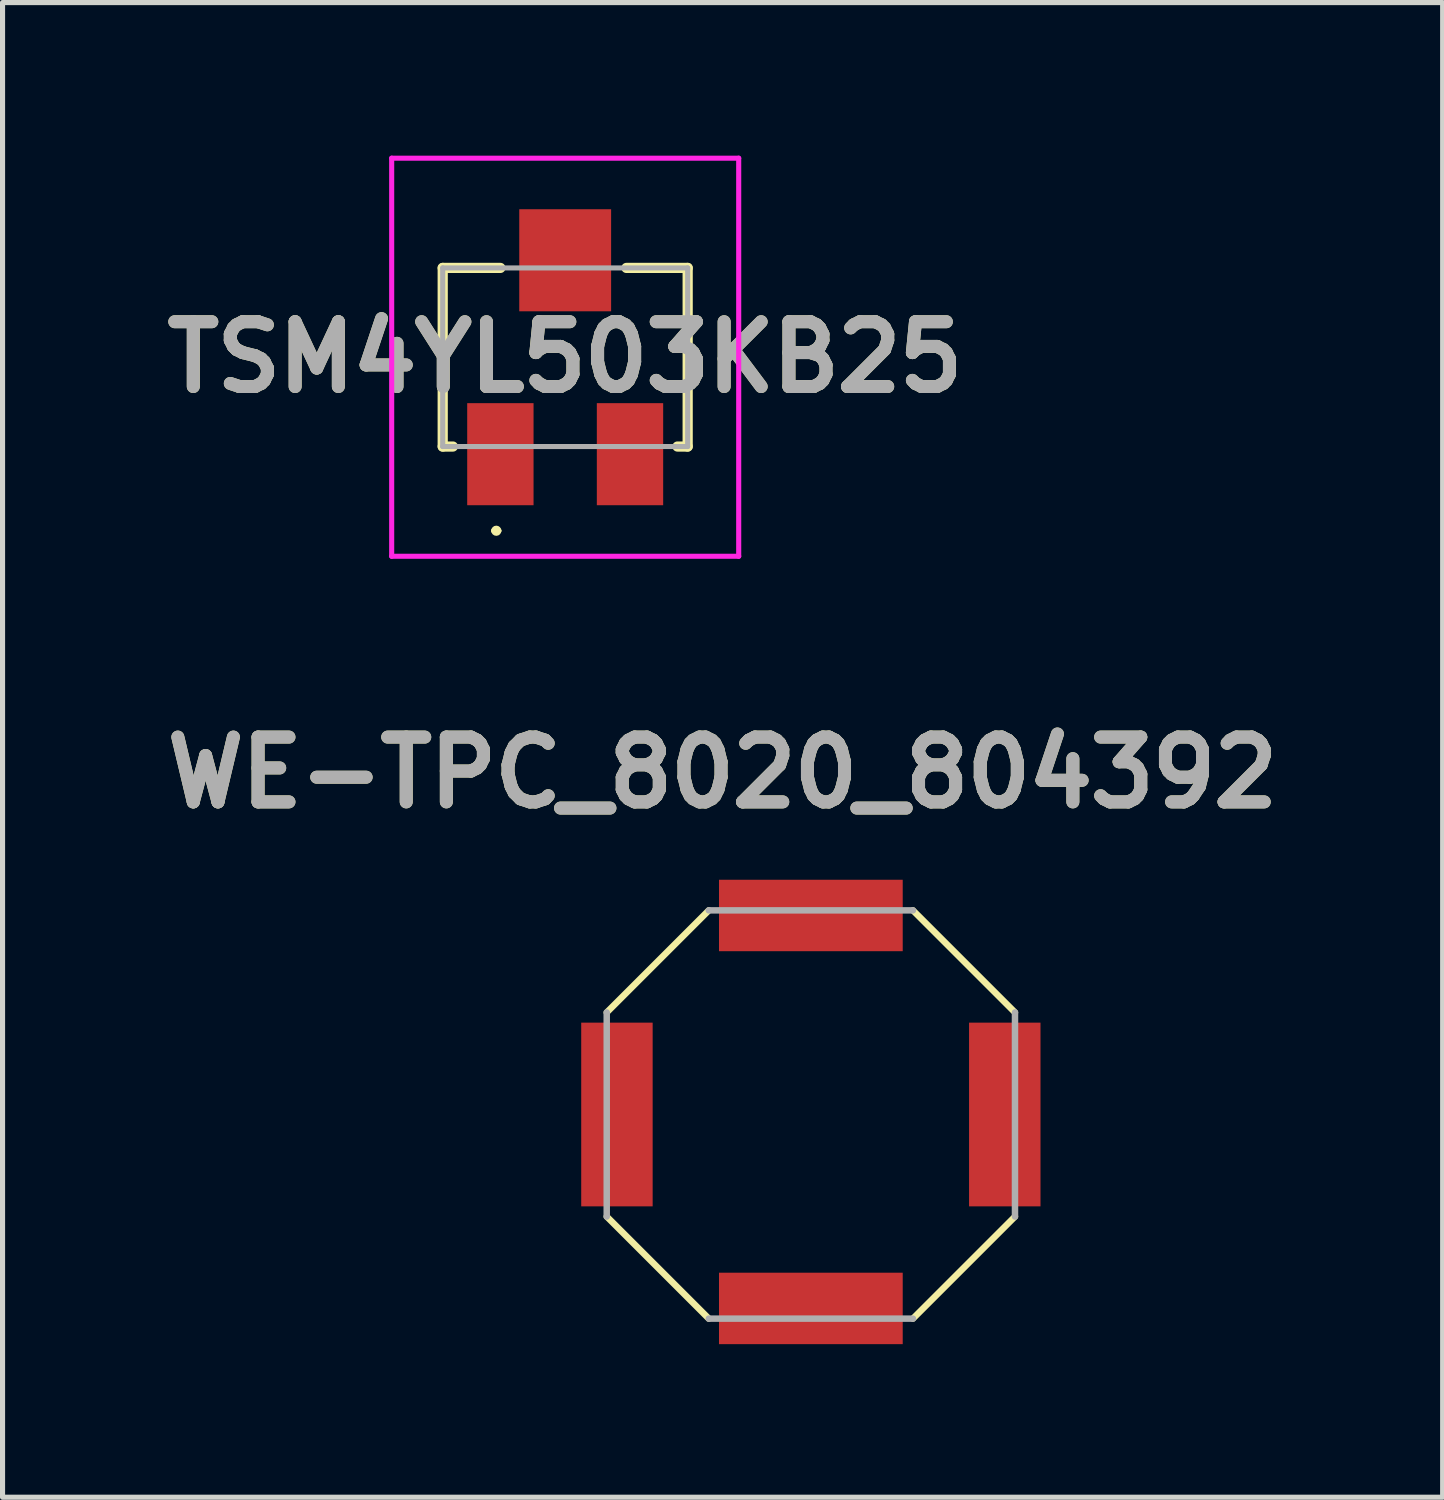
<source format=kicad_pcb>
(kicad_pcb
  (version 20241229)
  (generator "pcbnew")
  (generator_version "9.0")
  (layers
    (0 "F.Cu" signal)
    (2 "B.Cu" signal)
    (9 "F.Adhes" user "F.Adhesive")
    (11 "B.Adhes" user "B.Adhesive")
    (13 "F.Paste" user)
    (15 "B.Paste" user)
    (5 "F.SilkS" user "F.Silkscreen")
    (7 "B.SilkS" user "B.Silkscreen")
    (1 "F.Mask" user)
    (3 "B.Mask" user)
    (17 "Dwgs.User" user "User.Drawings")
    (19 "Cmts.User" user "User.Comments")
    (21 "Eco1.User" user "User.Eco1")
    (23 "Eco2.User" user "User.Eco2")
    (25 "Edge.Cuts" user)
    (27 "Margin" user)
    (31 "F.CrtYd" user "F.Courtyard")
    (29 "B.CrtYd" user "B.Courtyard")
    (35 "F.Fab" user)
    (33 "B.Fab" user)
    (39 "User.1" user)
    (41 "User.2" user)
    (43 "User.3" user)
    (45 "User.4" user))
  (footprint "TSM4YL503KB25"
    (layer "F.Cu")
    (at 8.025 3.95)
    (property "Reference" "TSM4YL503KB25" (at 0 0 0) (layer "F.SilkS") (effects (font (size 1.27 1.27) (thickness 0.254))))
    (attr smd)
    (fp_line (start -2.4 -1.75) (end -2.4 1.75) (stroke (width 0.2) (type solid)) (layer "F.SilkS"))
    (fp_line (start -2.4 1.75) (end -2.2 1.75) (stroke (width 0.2) (type solid)) (layer "F.SilkS"))
    (fp_line (start -1.4 3.4) (end -1.4 3.4) (stroke (width 0.1) (type solid)) (layer "F.SilkS"))
    (fp_line (start -1.3 3.4) (end -1.3 3.4) (stroke (width 0.1) (type solid)) (layer "F.SilkS"))
    (fp_line (start -1.27 -1.75) (end -2.4 -1.75) (stroke (width 0.2) (type solid)) (layer "F.SilkS"))
    (fp_line (start 1.2 -1.75) (end 2.4 -1.75) (stroke (width 0.2) (type solid)) (layer "F.SilkS"))
    (fp_line (start 2.4 -1.75) (end 2.4 1.75) (stroke (width 0.2) (type solid)) (layer "F.SilkS"))
    (fp_line (start 2.4 1.75) (end 2.2 1.75) (stroke (width 0.2) (type solid)) (layer "F.SilkS"))
    (fp_arc (start -1.4 3.4) (mid -1.35 3.35) (end -1.3 3.4) (stroke (width 0.1) (type solid)) (layer "F.SilkS"))
    (fp_arc (start -1.3 3.4) (mid -1.35 3.45) (end -1.4 3.4) (stroke (width 0.1) (type solid)) (layer "F.SilkS"))
    (fp_line (start -3.4 -3.9) (end 3.4 -3.9) (stroke (width 0.1) (type solid)) (layer "F.CrtYd"))
    (fp_line (start -3.4 3.9) (end -3.4 -3.9) (stroke (width 0.1) (type solid)) (layer "F.CrtYd"))
    (fp_line (start 3.4 -3.9) (end 3.4 3.9) (stroke (width 0.1) (type solid)) (layer "F.CrtYd"))
    (fp_line (start 3.4 3.9) (end -3.4 3.9) (stroke (width 0.1) (type solid)) (layer "F.CrtYd"))
    (fp_line (start -2.4 -1.75) (end 2.4 -1.75) (stroke (width 0.1) (type solid)) (layer "F.Fab"))
    (fp_line (start -2.4 1.75) (end -2.4 -1.75) (stroke (width 0.1) (type solid)) (layer "F.Fab"))
    (fp_line (start 2.4 -1.75) (end 2.4 1.75) (stroke (width 0.1) (type solid)) (layer "F.Fab"))
    (fp_line (start 2.4 1.75) (end -2.4 1.75) (stroke (width 0.1) (type solid)) (layer "F.Fab"))
    (fp_text user "${REFERENCE}" (at 0 0 0) (layer "F.Fab") (effects (font (size 1.27 1.27) (thickness 0.254))))
    (pad "1" smd rect (at -1.27 1.9) (size 1.3 2) (layers "F.Cu" "F.Mask" "F.Paste"))
    (pad "2" smd rect (at 0 -1.9) (size 1.8 2) (layers "F.Cu" "F.Mask" "F.Paste"))
    (pad "3" smd rect (at 1.27 1.9) (size 1.3 2) (layers "F.Cu" "F.Mask" "F.Paste")))
  (footprint "WE-TPC_8020_804392"
    (layer "F.Cu")
    (at 12.839 18.789)
    (property "Reference" "WE-TPC_8020_804392" (at -1.73 -6.7 0) (layer "F.SilkS") (effects (font (size 1.27 1.27) (thickness 0.254))))
    (attr smd)
    (fp_line (start -4 -2) (end -2 -4) (stroke (width 0.127) (type solid)) (layer "F.SilkS"))
    (fp_line (start -2 4) (end -4 2) (stroke (width 0.127) (type solid)) (layer "F.SilkS"))
    (fp_line (start 2 -4) (end 4 -2) (stroke (width 0.127) (type solid)) (layer "F.SilkS"))
    (fp_line (start 4 2) (end 2 4) (stroke (width 0.127) (type solid)) (layer "F.SilkS"))
    (fp_line (start -4 -2) (end -4 2) (stroke (width 0.127) (type solid)) (layer "F.Fab"))
    (fp_line (start -2 -4) (end 2 -4) (stroke (width 0.127) (type solid)) (layer "F.Fab"))
    (fp_line (start -2 4) (end 2 4) (stroke (width 0.127) (type solid)) (layer "F.Fab"))
    (fp_line (start 4 -2) (end 4 2) (stroke (width 0.127) (type solid)) (layer "F.Fab"))
    (fp_text user "${REFERENCE}" (at -1.73 -6.7 0) (layer "F.Fab") (effects (font (size 1.27 1.27) (thickness 0.254))))
    (pad "1" smd rect (at 0 -3.9 90) (size 1.4 3.6) (layers "F.Cu" "F.Mask" "F.Paste"))
    (pad "2" smd rect (at 0 3.8 90) (size 1.4 3.6) (layers "F.Cu" "F.Mask" "F.Paste"))
    (pad "3" smd rect (at 3.8 0) (size 1.4 3.6) (layers "F.Cu" "F.Mask" "F.Paste"))
    (pad "4" smd rect (at -3.8 0) (size 1.4 3.6) (layers "F.Cu" "F.Mask" "F.Paste")))
  (gr_rect
    (start -3 -3)
    (end 25.219 26.289)
    (stroke (width 0.1) (type default))
    (fill no)
    (layer "Edge.Cuts")))
</source>
